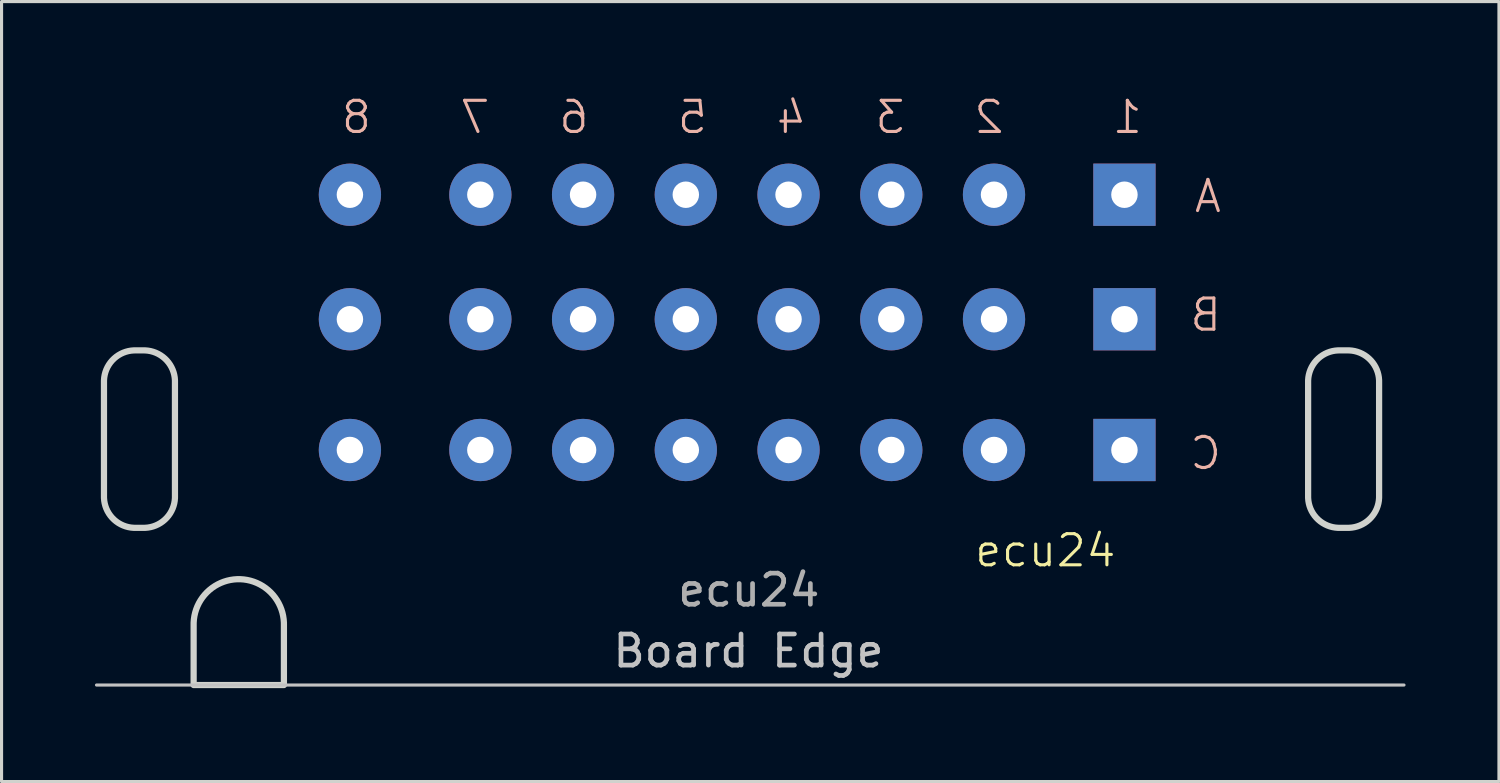
<source format=kicad_pcb>
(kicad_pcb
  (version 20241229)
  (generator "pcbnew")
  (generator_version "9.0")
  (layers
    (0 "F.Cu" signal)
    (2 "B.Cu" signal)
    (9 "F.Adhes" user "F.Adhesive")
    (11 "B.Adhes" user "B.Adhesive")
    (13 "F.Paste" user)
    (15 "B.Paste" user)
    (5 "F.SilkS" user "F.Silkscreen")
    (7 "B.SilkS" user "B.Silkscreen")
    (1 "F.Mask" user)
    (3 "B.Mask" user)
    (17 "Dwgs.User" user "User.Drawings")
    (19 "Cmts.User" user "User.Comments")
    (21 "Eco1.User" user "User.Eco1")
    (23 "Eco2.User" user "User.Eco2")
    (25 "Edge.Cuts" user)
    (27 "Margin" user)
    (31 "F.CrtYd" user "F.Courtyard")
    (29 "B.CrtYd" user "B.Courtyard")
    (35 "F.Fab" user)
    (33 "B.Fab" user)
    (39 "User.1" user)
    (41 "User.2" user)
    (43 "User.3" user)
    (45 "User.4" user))
  (footprint "ecu24"
    (layer "F.Cu")
    (at 33.07 3.205)
    (property "Reference" "ecu24" (at -2.54 11.43 0) (unlocked yes) (layer "F.SilkS") (effects (font (size 1 1) (thickness 0.1))))
    (attr through_hole)
    (fp_line (start -33.02 15.75) (end 8.98 15.75) (stroke (width 0.1) (type default)) (layer "Dwgs.User"))
    (fp_poly (pts (xy -29.9 15.75) (arc (start -29.9 13.8) (mid -28.45 12.35) (end -27 13.8)) (xy -27 15.75)) (stroke (width 0.2) (type solid)) (fill no) (layer "Edge.Cuts"))
    (fp_poly (pts (arc (start -31.78 10.7) (mid -32.487107 10.407107) (end -32.78 9.7)) (arc (start -32.78 6) (mid -32.487107 5.292893) (end -31.78 5)) (arc (start -31.5 5) (mid -30.792893 5.292893) (end -30.5 6)) (arc (start -30.5 9.7) (mid -30.792893 10.407107) (end -31.5 10.7))) (stroke (width 0.2) (type solid)) (fill no) (layer "Edge.Cuts"))
    (fp_poly (pts (arc (start 6.9 10.7) (mid 6.192893 10.407107) (end 5.9 9.7)) (arc (start 5.9 6) (mid 6.192893 5.292893) (end 6.9 5)) (arc (start 7.18 5) (mid 7.887107 5.292893) (end 8.18 6)) (arc (start 8.18 9.7) (mid 7.887107 10.407107) (end 7.18 10.7))) (stroke (width 0.2) (type solid)) (fill no) (layer "Edge.Cuts"))
    (fp_text user "2" (at -3.81 -1.905 0) (unlocked yes) (layer "B.SilkS") (effects (font (size 1 1) (thickness 0.1)) (justify left bottom mirror)))
    (fp_text user "7" (at -20.32 -1.905 0) (unlocked yes) (layer "B.SilkS") (effects (font (size 1 1) (thickness 0.1)) (justify left bottom mirror)))
    (fp_text user "5" (at -13.335 -1.905 0) (unlocked yes) (layer "B.SilkS") (effects (font (size 1 1) (thickness 0.1)) (justify left bottom mirror)))
    (fp_text user "8" (at -24.13 -1.905 0) (unlocked yes) (layer "B.SilkS") (effects (font (size 1 1) (thickness 0.1)) (justify left bottom mirror)))
    (fp_text user "C" (at 3.175 8.89 0) (unlocked yes) (layer "B.SilkS") (effects (font (size 1 1) (thickness 0.1)) (justify left bottom mirror)))
    (fp_text user "6" (at -17.145 -1.905 0) (unlocked yes) (layer "B.SilkS") (effects (font (size 1 1) (thickness 0.1)) (justify left bottom mirror)))
    (fp_text user "3" (at -6.985 -1.905 0) (unlocked yes) (layer "B.SilkS") (effects (font (size 1 1) (thickness 0.1)) (justify left bottom mirror)))
    (fp_text user "4" (at -10.16 -1.905 0) (unlocked yes) (layer "B.SilkS") (effects (font (size 1 1) (thickness 0.1)) (justify left bottom mirror)))
    (fp_text user "B" (at 3.175 4.445 0) (unlocked yes) (layer "B.SilkS") (effects (font (size 1 1) (thickness 0.1)) (justify left bottom mirror)))
    (fp_text user "A" (at 3.175 0.635 0) (unlocked yes) (layer "B.SilkS") (effects (font (size 1 1) (thickness 0.1)) (justify left bottom mirror)))
    (fp_text user "1" (at 0.635 -1.905 0) (unlocked yes) (layer "B.SilkS") (effects (font (size 1 1) (thickness 0.1)) (justify left bottom mirror)))
    (fp_text user "Board Edge" (at -16.51 15.24 0) (unlocked yes) (layer "Dwgs.User") (effects (font (size 1 1) (thickness 0.15)) (justify left bottom)))
    (fp_text user "${REFERENCE}" (at -12.065 12.7 0) (unlocked yes) (layer "F.Fab") (effects (font (size 1 1) (thickness 0.15))))
    (pad "A1" thru_hole rect (at 0 0) (size 2 2) (drill 0.85) (layers "*.Cu" "*.Mask"))
    (pad "A2" thru_hole circle (at -4.19 0) (size 2 2) (drill 0.85) (layers "*.Cu" "*.Mask"))
    (pad "A3" thru_hole circle (at -7.49 0) (size 2 2) (drill 0.85) (layers "*.Cu" "*.Mask"))
    (pad "A4" thru_hole circle (at -10.79 0) (size 2 2) (drill 0.85) (layers "*.Cu" "*.Mask"))
    (pad "A5" thru_hole circle (at -14.09 0) (size 2 2) (drill 0.85) (layers "*.Cu" "*.Mask"))
    (pad "A6" thru_hole circle (at -17.39 0) (size 2 2) (drill 0.85) (layers "*.Cu" "*.Mask"))
    (pad "A7" thru_hole circle (at -20.69 0) (size 2 2) (drill 0.85) (layers "*.Cu" "*.Mask"))
    (pad "A8" thru_hole circle (at -24.88 0) (size 2 2) (drill 0.85) (layers "*.Cu" "*.Mask"))
    (pad "B1" thru_hole rect (at 0 4) (size 2 2) (drill 0.85) (layers "*.Cu" "*.Mask"))
    (pad "B2" thru_hole circle (at -4.19 4) (size 2 2) (drill 0.85) (layers "*.Cu" "*.Mask"))
    (pad "B3" thru_hole circle (at -7.49 4) (size 2 2) (drill 0.85) (layers "*.Cu" "*.Mask"))
    (pad "B4" thru_hole circle (at -10.79 4) (size 2 2) (drill 0.85) (layers "*.Cu" "*.Mask"))
    (pad "B5" thru_hole circle (at -14.09 4) (size 2 2) (drill 0.85) (layers "*.Cu" "*.Mask"))
    (pad "B6" thru_hole circle (at -17.39 4) (size 2 2) (drill 0.85) (layers "*.Cu" "*.Mask"))
    (pad "B7" thru_hole circle (at -20.69 4) (size 2 2) (drill 0.85) (layers "*.Cu" "*.Mask"))
    (pad "B8" thru_hole circle (at -24.88 4) (size 2 2) (drill 0.85) (layers "*.Cu" "*.Mask"))
    (pad "C1" thru_hole rect (at 0 8.2) (size 2 2) (drill 0.85) (layers "*.Cu" "*.Mask"))
    (pad "C2" thru_hole circle (at -4.19 8.2) (size 2 2) (drill 0.85) (layers "*.Cu" "*.Mask"))
    (pad "C3" thru_hole circle (at -7.49 8.2) (size 2 2) (drill 0.85) (layers "*.Cu" "*.Mask"))
    (pad "C4" thru_hole circle (at -10.79 8.2) (size 2 2) (drill 0.85) (layers "*.Cu" "*.Mask"))
    (pad "C5" thru_hole circle (at -14.09 8.2) (size 2 2) (drill 0.85) (layers "*.Cu" "*.Mask"))
    (pad "C6" thru_hole circle (at -17.39 8.2) (size 2 2) (drill 0.85) (layers "*.Cu" "*.Mask"))
    (pad "C7" thru_hole circle (at -20.69 8.2) (size 2 2) (drill 0.85) (layers "*.Cu" "*.Mask"))
    (pad "C8" thru_hole circle (at -24.88 8.2) (size 2 2) (drill 0.85) (layers "*.Cu" "*.Mask")))
  (gr_rect
    (start -3 -3)
    (end 45.1 22.055)
    (stroke (width 0.1) (type default))
    (fill no)
    (layer "Edge.Cuts")))
</source>
